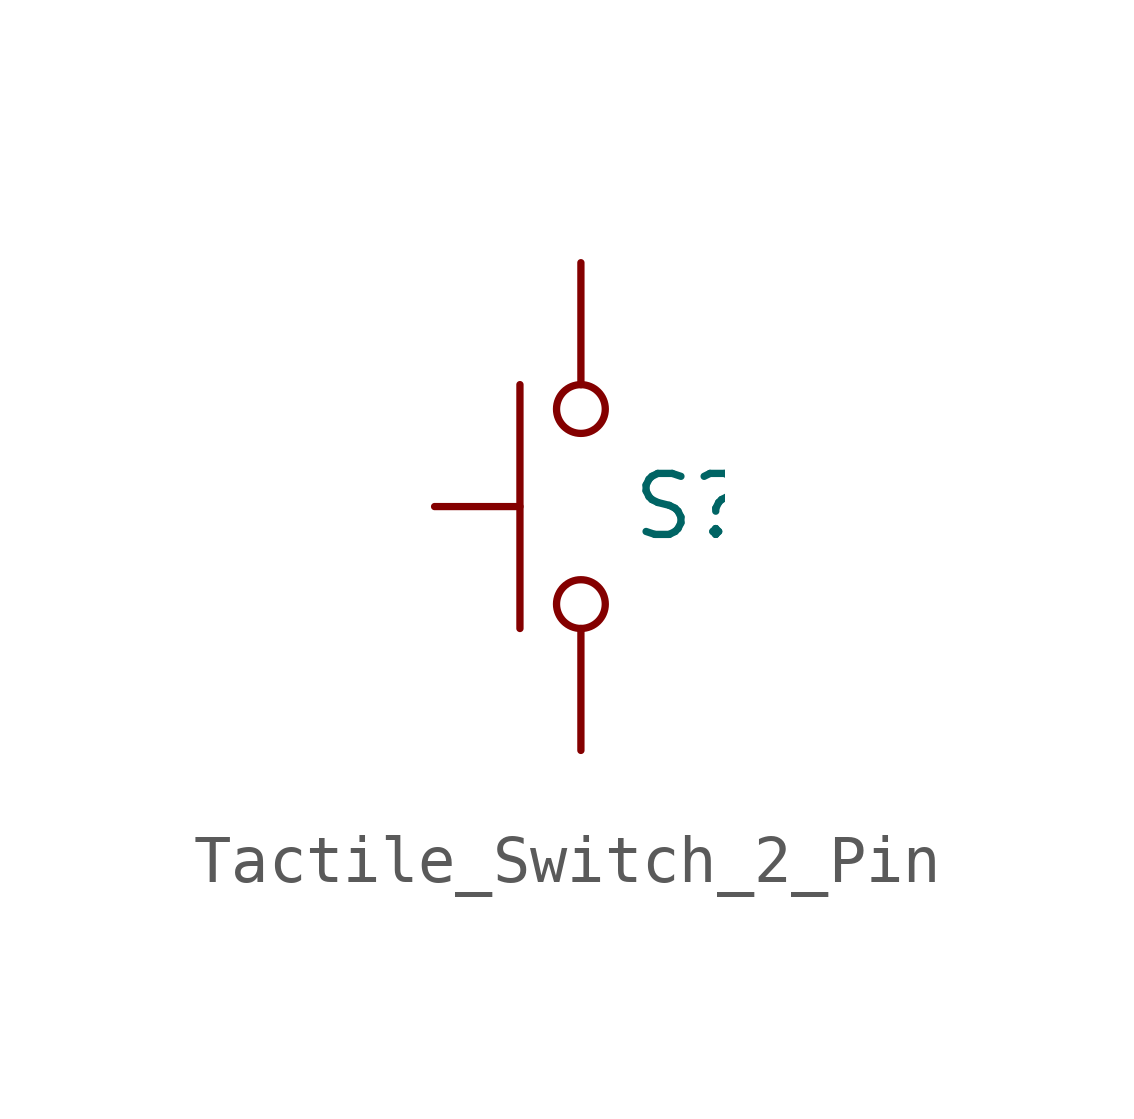
<source format=kicad_sym>
(kicad_symbol_lib
  (version 20241209)
  (generator "kicad_symbol_editor")
  (generator_version "9.0")
  (symbol "Tactile_Switch_2_Pin"
    (pin_numbers
      (hide yes))
    (pin_names
      (offset 1.016)
      (hide yes))
    (property "Reference" "S"
      (at 1.016 0 0)
      (effects (font (size 1.27 1.27)) (justify left)))
    (symbol "Tactile_Switch_2_Pin_0_1"
      (polyline (pts (xy -1.27 2.54) (xy -1.27 -2.54)) (stroke (width 0) (type default)) (fill (type none)))
      (polyline (pts (xy -1.27 0) (xy -3.048 0)) (stroke (width 0) (type default)) (fill (type none)))
      (circle (center 0 2.032) (radius 0.508) (stroke (width 0) (type default)) (fill (type none)))
      (circle (center 0 -2.032) (radius 0.508) (stroke (width 0) (type default)) (fill (type none))))
    (symbol "Tactile_Switch_2_Pin_1_1"
      (pin passive line (at 0 5.08 270) (length 2.54) (name "1" (effects (font (size 1.27 1.27)))) (number "1" (effects (font (size 1.27 1.27)))))
      (pin passive line (at 0 -5.08 90) (length 2.54) (name "2" (effects (font (size 1.27 1.27)))) (number "2" (effects (font (size 1.27 1.27))))))))
</source>
